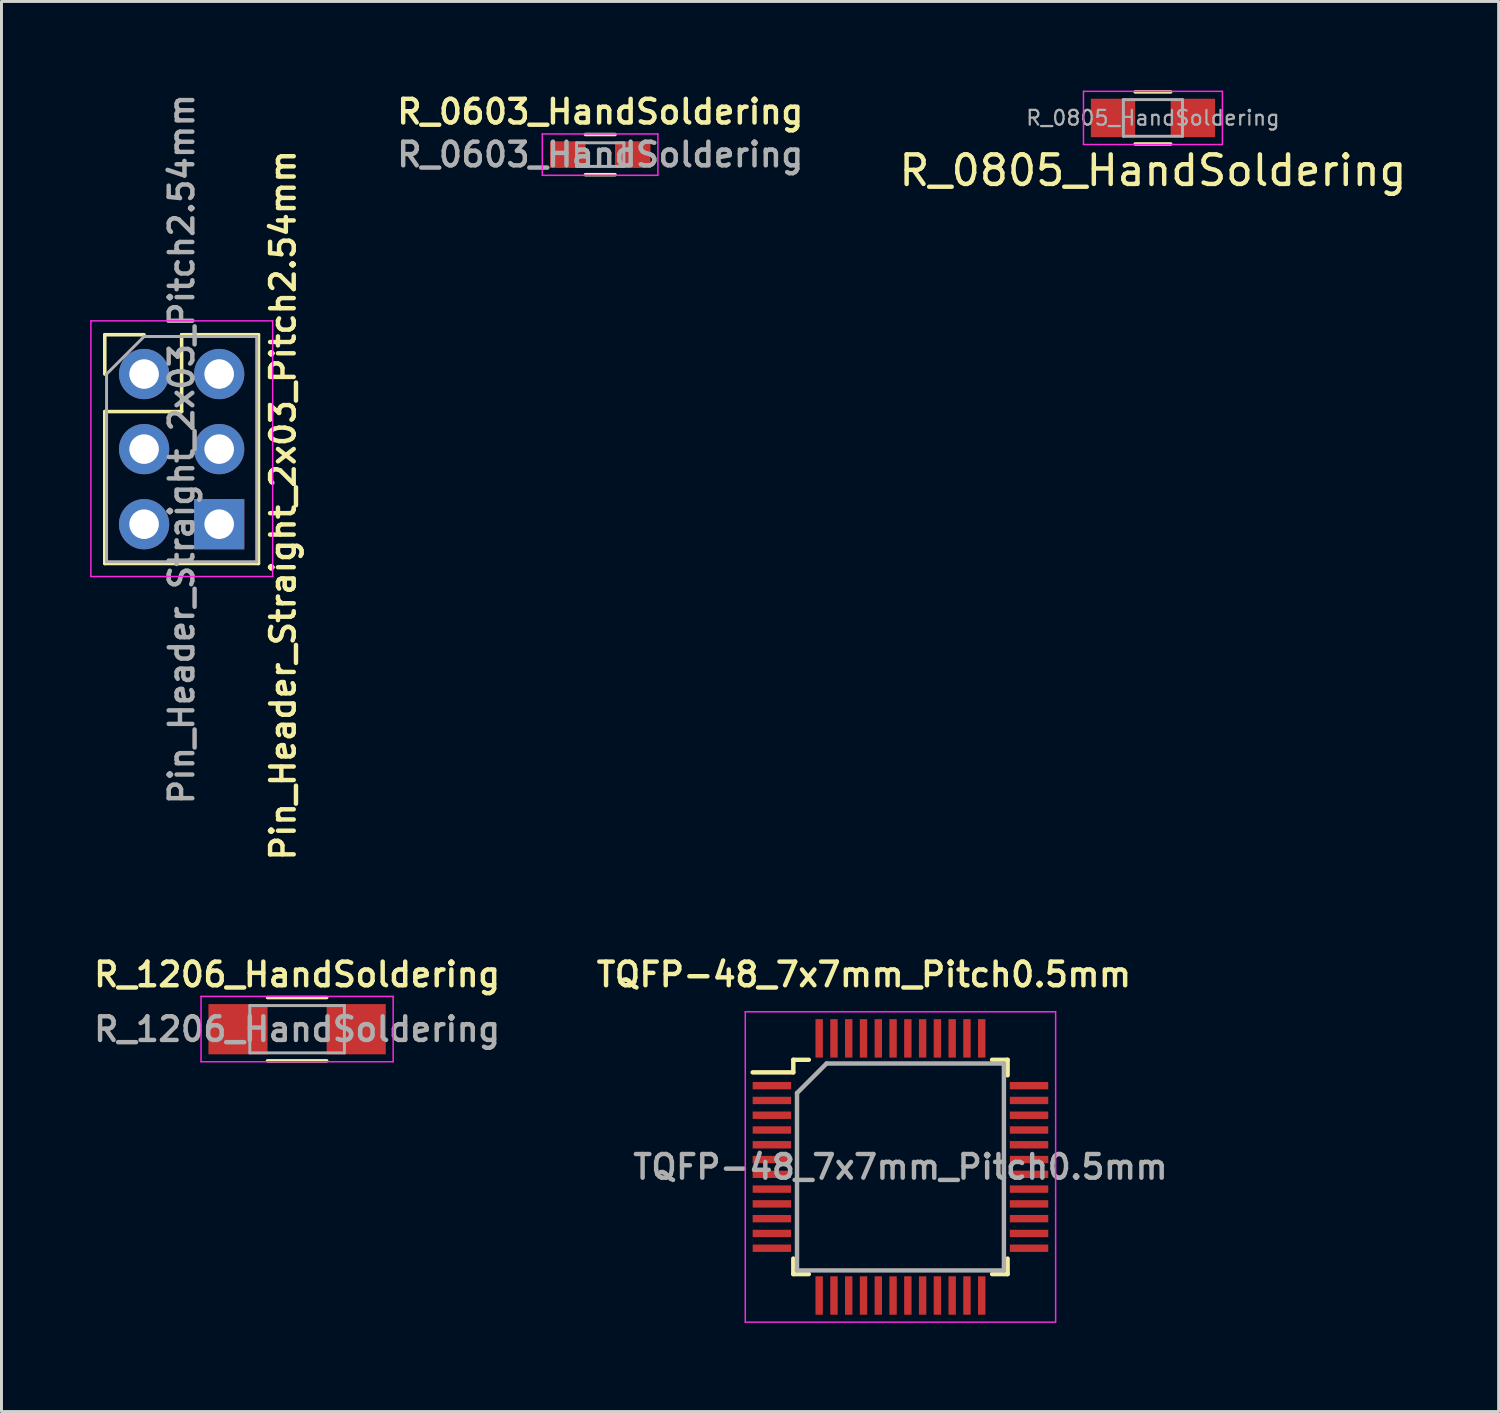
<source format=kicad_pcb>
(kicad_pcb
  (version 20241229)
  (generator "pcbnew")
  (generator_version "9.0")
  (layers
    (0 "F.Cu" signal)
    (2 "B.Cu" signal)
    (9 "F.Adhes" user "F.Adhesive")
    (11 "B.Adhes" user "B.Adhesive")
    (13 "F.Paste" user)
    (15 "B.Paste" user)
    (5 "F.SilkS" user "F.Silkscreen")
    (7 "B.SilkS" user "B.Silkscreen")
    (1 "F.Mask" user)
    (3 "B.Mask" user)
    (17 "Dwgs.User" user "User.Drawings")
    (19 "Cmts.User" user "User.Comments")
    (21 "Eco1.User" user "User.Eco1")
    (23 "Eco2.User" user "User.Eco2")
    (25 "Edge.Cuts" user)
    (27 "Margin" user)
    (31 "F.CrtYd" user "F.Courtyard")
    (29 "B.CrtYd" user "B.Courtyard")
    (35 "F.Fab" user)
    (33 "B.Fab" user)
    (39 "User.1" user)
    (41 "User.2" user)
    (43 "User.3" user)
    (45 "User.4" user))
  (footprint "R_1206_HandSoldering"
    (layer "F.Cu")
    (at 7.002 31.771)
    (property "Reference" "R_1206_HandSoldering" (at 0 -1.85 0) (layer "F.SilkS") (effects (font (size 0.8 0.8) (thickness 0.15))))
    (attr smd)
    (fp_line (start -1 -1.07) (end 1 -1.07) (stroke (width 0.12) (type solid)) (layer "F.SilkS"))
    (fp_line (start 1 1.07) (end -1 1.07) (stroke (width 0.12) (type solid)) (layer "F.SilkS"))
    (fp_line (start -3.25 -1.11) (end -3.25 1.1) (stroke (width 0.05) (type solid)) (layer "F.CrtYd"))
    (fp_line (start -3.25 -1.11) (end 3.25 -1.11) (stroke (width 0.05) (type solid)) (layer "F.CrtYd"))
    (fp_line (start 3.25 1.1) (end -3.25 1.1) (stroke (width 0.05) (type solid)) (layer "F.CrtYd"))
    (fp_line (start 3.25 1.1) (end 3.25 -1.11) (stroke (width 0.05) (type solid)) (layer "F.CrtYd"))
    (fp_line (start -1.6 -0.8) (end 1.6 -0.8) (stroke (width 0.1) (type solid)) (layer "F.Fab"))
    (fp_line (start -1.6 0.8) (end -1.6 -0.8) (stroke (width 0.1) (type solid)) (layer "F.Fab"))
    (fp_line (start 1.6 -0.8) (end 1.6 0.8) (stroke (width 0.1) (type solid)) (layer "F.Fab"))
    (fp_line (start 1.6 0.8) (end -1.6 0.8) (stroke (width 0.1) (type solid)) (layer "F.Fab"))
    (fp_text user "${REFERENCE}" (at 0 0 0) (layer "F.Fab") (effects (font (size 0.8 0.8) (thickness 0.15))))
    (pad "1" smd rect (at -2 0) (size 2 1.7) (layers "F.Cu" "F.Mask" "F.Paste"))
    (pad "2" smd rect (at 2 0) (size 2 1.7) (layers "F.Cu" "F.Mask" "F.Paste")))
  (footprint "R_0603_HandSoldering"
    (layer "F.Cu")
    (at 17.258 2.181)
    (property "Reference" "R_0603_HandSoldering" (at 0 -1.45 0) (layer "F.SilkS") (effects (font (size 0.8 0.8) (thickness 0.15))))
    (attr smd)
    (fp_line (start -0.5 -0.68) (end 0.5 -0.68) (stroke (width 0.12) (type solid)) (layer "F.SilkS"))
    (fp_line (start 0.5 0.68) (end -0.5 0.68) (stroke (width 0.12) (type solid)) (layer "F.SilkS"))
    (fp_line (start -1.96 -0.7) (end -1.96 0.7) (stroke (width 0.05) (type solid)) (layer "F.CrtYd"))
    (fp_line (start -1.96 -0.7) (end 1.95 -0.7) (stroke (width 0.05) (type solid)) (layer "F.CrtYd"))
    (fp_line (start 1.95 0.7) (end -1.96 0.7) (stroke (width 0.05) (type solid)) (layer "F.CrtYd"))
    (fp_line (start 1.95 0.7) (end 1.95 -0.7) (stroke (width 0.05) (type solid)) (layer "F.CrtYd"))
    (fp_line (start -0.8 -0.4) (end 0.8 -0.4) (stroke (width 0.1) (type solid)) (layer "F.Fab"))
    (fp_line (start -0.8 0.4) (end -0.8 -0.4) (stroke (width 0.1) (type solid)) (layer "F.Fab"))
    (fp_line (start 0.8 -0.4) (end 0.8 0.4) (stroke (width 0.1) (type solid)) (layer "F.Fab"))
    (fp_line (start 0.8 0.4) (end -0.8 0.4) (stroke (width 0.1) (type solid)) (layer "F.Fab"))
    (fp_text user "${REFERENCE}" (at 0 0 0) (layer "F.Fab") (effects (font (size 0.8 0.8) (thickness 0.15))))
    (pad "1" smd rect (at -1.1 0) (size 1.2 0.9) (layers "F.Cu" "F.Mask" "F.Paste"))
    (pad "2" smd rect (at 1.1 0) (size 1.2 0.9) (layers "F.Cu" "F.Mask" "F.Paste")))
  (footprint "R_0805_HandSoldering"
    (layer "F.Cu")
    (at 35.957 0.94)
    (property "Reference" "R_0805_HandSoldering" (at 0 1.778 0) (layer "F.SilkS") (effects (font (size 1 1) (thickness 0.15))))
    (attr smd)
    (fp_line (start -0.6 -0.88) (end 0.6 -0.88) (stroke (width 0.12) (type solid)) (layer "F.SilkS"))
    (fp_line (start 0.6 0.88) (end -0.6 0.88) (stroke (width 0.12) (type solid)) (layer "F.SilkS"))
    (fp_line (start -2.35 -0.9) (end -2.35 0.9) (stroke (width 0.05) (type solid)) (layer "F.CrtYd"))
    (fp_line (start -2.35 -0.9) (end 2.35 -0.9) (stroke (width 0.05) (type solid)) (layer "F.CrtYd"))
    (fp_line (start 2.35 0.9) (end -2.35 0.9) (stroke (width 0.05) (type solid)) (layer "F.CrtYd"))
    (fp_line (start 2.35 0.9) (end 2.35 -0.9) (stroke (width 0.05) (type solid)) (layer "F.CrtYd"))
    (fp_line (start -1 -0.62) (end 1 -0.62) (stroke (width 0.1) (type solid)) (layer "F.Fab"))
    (fp_line (start -1 0.62) (end -1 -0.62) (stroke (width 0.1) (type solid)) (layer "F.Fab"))
    (fp_line (start 1 -0.62) (end 1 0.62) (stroke (width 0.1) (type solid)) (layer "F.Fab"))
    (fp_line (start 1 0.62) (end -1 0.62) (stroke (width 0.1) (type solid)) (layer "F.Fab"))
    (fp_text user "${REFERENCE}" (at 0 0 0) (layer "F.Fab") (effects (font (size 0.5 0.5) (thickness 0.075))))
    (pad "1" smd rect (at -1.35 0) (size 1.5 1.3) (layers "F.Cu" "F.Mask" "F.Paste"))
    (pad "2" smd rect (at 1.35 0) (size 1.5 1.3) (layers "F.Cu" "F.Mask" "F.Paste")))
  (footprint "TQFP-48_7x7mm_Pitch0.5mm"
    (layer "F.Cu")
    (at 27.415 36.431)
    (property "Reference" "TQFP-48_7x7mm_Pitch0.5mm" (at -1.237 -6.51 0) (layer "F.SilkS") (effects (font (size 0.8 0.8) (thickness 0.15))))
    (attr smd)
    (fp_line (start -3.625 -3.625) (end -3.625 -3.2) (stroke (width 0.15) (type solid)) (layer "F.SilkS"))
    (fp_line (start -3.625 -3.625) (end -3.1 -3.625) (stroke (width 0.15) (type solid)) (layer "F.SilkS"))
    (fp_line (start -3.625 -3.2) (end -5 -3.2) (stroke (width 0.15) (type solid)) (layer "F.SilkS"))
    (fp_line (start -3.625 3.625) (end -3.625 3.1) (stroke (width 0.15) (type solid)) (layer "F.SilkS"))
    (fp_line (start -3.625 3.625) (end -3.1 3.625) (stroke (width 0.15) (type solid)) (layer "F.SilkS"))
    (fp_line (start 3.625 -3.625) (end 3.1 -3.625) (stroke (width 0.15) (type solid)) (layer "F.SilkS"))
    (fp_line (start 3.625 -3.625) (end 3.625 -3.1) (stroke (width 0.15) (type solid)) (layer "F.SilkS"))
    (fp_line (start 3.625 3.625) (end 3.1 3.625) (stroke (width 0.15) (type solid)) (layer "F.SilkS"))
    (fp_line (start 3.625 3.625) (end 3.625 3.1) (stroke (width 0.15) (type solid)) (layer "F.SilkS"))
    (fp_line (start -5.25 -5.25) (end -5.25 5.25) (stroke (width 0.05) (type solid)) (layer "F.CrtYd"))
    (fp_line (start -5.25 -5.25) (end 5.25 -5.25) (stroke (width 0.05) (type solid)) (layer "F.CrtYd"))
    (fp_line (start -5.25 5.25) (end 5.25 5.25) (stroke (width 0.05) (type solid)) (layer "F.CrtYd"))
    (fp_line (start 5.25 -5.25) (end 5.25 5.25) (stroke (width 0.05) (type solid)) (layer "F.CrtYd"))
    (fp_line (start -3.5 -2.5) (end -2.5 -3.5) (stroke (width 0.15) (type solid)) (layer "F.Fab"))
    (fp_line (start -3.5 3.5) (end -3.5 -2.5) (stroke (width 0.15) (type solid)) (layer "F.Fab"))
    (fp_line (start -2.5 -3.5) (end 3.5 -3.5) (stroke (width 0.15) (type solid)) (layer "F.Fab"))
    (fp_line (start 3.5 -3.5) (end 3.5 3.5) (stroke (width 0.15) (type solid)) (layer "F.Fab"))
    (fp_line (start 3.5 3.5) (end -3.5 3.5) (stroke (width 0.15) (type solid)) (layer "F.Fab"))
    (fp_text user "${REFERENCE}" (at 0 0 0) (layer "F.Fab") (effects (font (size 0.8 0.8) (thickness 0.15))))
    (pad "1" smd rect (at -4.35 -2.75) (size 1.3 0.25) (layers "F.Cu" "F.Mask" "F.Paste"))
    (pad "2" smd rect (at -4.35 -2.25) (size 1.3 0.25) (layers "F.Cu" "F.Mask" "F.Paste"))
    (pad "3" smd rect (at -4.35 -1.75) (size 1.3 0.25) (layers "F.Cu" "F.Mask" "F.Paste"))
    (pad "4" smd rect (at -4.35 -1.25) (size 1.3 0.25) (layers "F.Cu" "F.Mask" "F.Paste"))
    (pad "5" smd rect (at -4.35 -0.75) (size 1.3 0.25) (layers "F.Cu" "F.Mask" "F.Paste"))
    (pad "6" smd rect (at -4.35 -0.25) (size 1.3 0.25) (layers "F.Cu" "F.Mask" "F.Paste"))
    (pad "7" smd rect (at -4.35 0.25) (size 1.3 0.25) (layers "F.Cu" "F.Mask" "F.Paste"))
    (pad "8" smd rect (at -4.35 0.75) (size 1.3 0.25) (layers "F.Cu" "F.Mask" "F.Paste"))
    (pad "9" smd rect (at -4.35 1.25) (size 1.3 0.25) (layers "F.Cu" "F.Mask" "F.Paste"))
    (pad "10" smd rect (at -4.35 1.75) (size 1.3 0.25) (layers "F.Cu" "F.Mask" "F.Paste"))
    (pad "11" smd rect (at -4.35 2.25) (size 1.3 0.25) (layers "F.Cu" "F.Mask" "F.Paste"))
    (pad "12" smd rect (at -4.35 2.75) (size 1.3 0.25) (layers "F.Cu" "F.Mask" "F.Paste"))
    (pad "13" smd rect (at -2.75 4.35 90) (size 1.3 0.25) (layers "F.Cu" "F.Mask" "F.Paste"))
    (pad "14" smd rect (at -2.25 4.35 90) (size 1.3 0.25) (layers "F.Cu" "F.Mask" "F.Paste"))
    (pad "15" smd rect (at -1.75 4.35 90) (size 1.3 0.25) (layers "F.Cu" "F.Mask" "F.Paste"))
    (pad "16" smd rect (at -1.25 4.35 90) (size 1.3 0.25) (layers "F.Cu" "F.Mask" "F.Paste"))
    (pad "17" smd rect (at -0.75 4.35 90) (size 1.3 0.25) (layers "F.Cu" "F.Mask" "F.Paste"))
    (pad "18" smd rect (at -0.25 4.35 90) (size 1.3 0.25) (layers "F.Cu" "F.Mask" "F.Paste"))
    (pad "19" smd rect (at 0.25 4.35 90) (size 1.3 0.25) (layers "F.Cu" "F.Mask" "F.Paste"))
    (pad "20" smd rect (at 0.75 4.35 90) (size 1.3 0.25) (layers "F.Cu" "F.Mask" "F.Paste"))
    (pad "21" smd rect (at 1.25 4.35 90) (size 1.3 0.25) (layers "F.Cu" "F.Mask" "F.Paste"))
    (pad "22" smd rect (at 1.75 4.35 90) (size 1.3 0.25) (layers "F.Cu" "F.Mask" "F.Paste"))
    (pad "23" smd rect (at 2.25 4.35 90) (size 1.3 0.25) (layers "F.Cu" "F.Mask" "F.Paste"))
    (pad "24" smd rect (at 2.75 4.35 90) (size 1.3 0.25) (layers "F.Cu" "F.Mask" "F.Paste"))
    (pad "25" smd rect (at 4.35 2.75) (size 1.3 0.25) (layers "F.Cu" "F.Mask" "F.Paste"))
    (pad "26" smd rect (at 4.35 2.25) (size 1.3 0.25) (layers "F.Cu" "F.Mask" "F.Paste"))
    (pad "27" smd rect (at 4.35 1.75) (size 1.3 0.25) (layers "F.Cu" "F.Mask" "F.Paste"))
    (pad "28" smd rect (at 4.35 1.25) (size 1.3 0.25) (layers "F.Cu" "F.Mask" "F.Paste"))
    (pad "29" smd rect (at 4.35 0.75) (size 1.3 0.25) (layers "F.Cu" "F.Mask" "F.Paste"))
    (pad "30" smd rect (at 4.35 0.25) (size 1.3 0.25) (layers "F.Cu" "F.Mask" "F.Paste"))
    (pad "31" smd rect (at 4.35 -0.25) (size 1.3 0.25) (layers "F.Cu" "F.Mask" "F.Paste"))
    (pad "32" smd rect (at 4.35 -0.75) (size 1.3 0.25) (layers "F.Cu" "F.Mask" "F.Paste"))
    (pad "33" smd rect (at 4.35 -1.25) (size 1.3 0.25) (layers "F.Cu" "F.Mask" "F.Paste"))
    (pad "34" smd rect (at 4.35 -1.75) (size 1.3 0.25) (layers "F.Cu" "F.Mask" "F.Paste"))
    (pad "35" smd rect (at 4.35 -2.25) (size 1.3 0.25) (layers "F.Cu" "F.Mask" "F.Paste"))
    (pad "36" smd rect (at 4.35 -2.75) (size 1.3 0.25) (layers "F.Cu" "F.Mask" "F.Paste"))
    (pad "37" smd rect (at 2.75 -4.35 90) (size 1.3 0.25) (layers "F.Cu" "F.Mask" "F.Paste"))
    (pad "38" smd rect (at 2.25 -4.35 90) (size 1.3 0.25) (layers "F.Cu" "F.Mask" "F.Paste"))
    (pad "39" smd rect (at 1.75 -4.35 90) (size 1.3 0.25) (layers "F.Cu" "F.Mask" "F.Paste"))
    (pad "40" smd rect (at 1.25 -4.35 90) (size 1.3 0.25) (layers "F.Cu" "F.Mask" "F.Paste"))
    (pad "41" smd rect (at 0.75 -4.35 90) (size 1.3 0.25) (layers "F.Cu" "F.Mask" "F.Paste"))
    (pad "42" smd rect (at 0.25 -4.35 90) (size 1.3 0.25) (layers "F.Cu" "F.Mask" "F.Paste"))
    (pad "43" smd rect (at -0.25 -4.35 90) (size 1.3 0.25) (layers "F.Cu" "F.Mask" "F.Paste"))
    (pad "44" smd rect (at -0.75 -4.35 90) (size 1.3 0.25) (layers "F.Cu" "F.Mask" "F.Paste"))
    (pad "45" smd rect (at -1.25 -4.35 90) (size 1.3 0.25) (layers "F.Cu" "F.Mask" "F.Paste"))
    (pad "46" smd rect (at -1.75 -4.35 90) (size 1.3 0.25) (layers "F.Cu" "F.Mask" "F.Paste"))
    (pad "47" smd rect (at -2.25 -4.35 90) (size 1.3 0.25) (layers "F.Cu" "F.Mask" "F.Paste"))
    (pad "48" smd rect (at -2.75 -4.35 90) (size 1.3 0.25) (layers "F.Cu" "F.Mask" "F.Paste")))
  (footprint "Pin_Header_Straight_2x03_Pitch2.54mm"
    (layer "F.Cu")
    (at 1.825 9.605)
    (property "Reference" "Pin_Header_Straight_2x03_Pitch2.54mm" (at 4.7 4.44 90) (layer "F.SilkS") (effects (font (size 0.8 0.8) (thickness 0.15))))
    (attr through_hole)
    (fp_line (start -1.33 -1.33) (end 0 -1.33) (stroke (width 0.12) (type solid)) (layer "F.SilkS"))
    (fp_line (start -1.33 0) (end -1.33 -1.33) (stroke (width 0.12) (type solid)) (layer "F.SilkS"))
    (fp_line (start -1.33 1.27) (end -1.33 6.41) (stroke (width 0.12) (type solid)) (layer "F.SilkS"))
    (fp_line (start -1.33 1.27) (end 1.27 1.27) (stroke (width 0.12) (type solid)) (layer "F.SilkS"))
    (fp_line (start -1.33 6.41) (end 3.87 6.41) (stroke (width 0.12) (type solid)) (layer "F.SilkS"))
    (fp_line (start 1.27 -1.33) (end 3.87 -1.33) (stroke (width 0.12) (type solid)) (layer "F.SilkS"))
    (fp_line (start 1.27 1.27) (end 1.27 -1.33) (stroke (width 0.12) (type solid)) (layer "F.SilkS"))
    (fp_line (start 3.87 -1.33) (end 3.87 6.41) (stroke (width 0.12) (type solid)) (layer "F.SilkS"))
    (fp_line (start -1.8 -1.8) (end -1.8 6.85) (stroke (width 0.05) (type solid)) (layer "F.CrtYd"))
    (fp_line (start -1.8 6.85) (end 4.35 6.85) (stroke (width 0.05) (type solid)) (layer "F.CrtYd"))
    (fp_line (start 4.35 -1.8) (end -1.8 -1.8) (stroke (width 0.05) (type solid)) (layer "F.CrtYd"))
    (fp_line (start 4.35 6.85) (end 4.35 -1.8) (stroke (width 0.05) (type solid)) (layer "F.CrtYd"))
    (fp_line (start -1.27 0) (end 0 -1.27) (stroke (width 0.1) (type solid)) (layer "F.Fab"))
    (fp_line (start -1.27 6.35) (end -1.27 0) (stroke (width 0.1) (type solid)) (layer "F.Fab"))
    (fp_line (start 0 -1.27) (end 3.81 -1.27) (stroke (width 0.1) (type solid)) (layer "F.Fab"))
    (fp_line (start 3.81 -1.27) (end 3.81 6.35) (stroke (width 0.1) (type solid)) (layer "F.Fab"))
    (fp_line (start 3.81 6.35) (end -1.27 6.35) (stroke (width 0.1) (type solid)) (layer "F.Fab"))
    (fp_text user "${REFERENCE}" (at 1.27 2.54 90) (layer "F.Fab") (effects (font (size 0.8 0.8) (thickness 0.15))))
    (pad "1" thru_hole circle (at 0 0) (size 1.7 1.7) (drill 1) (layers "*.Cu" "*.Mask"))
    (pad "2" thru_hole oval (at 2.54 0) (size 1.7 1.7) (drill 1) (layers "*.Cu" "*.Mask"))
    (pad "3" thru_hole oval (at 0 2.54) (size 1.7 1.7) (drill 1) (layers "*.Cu" "*.Mask"))
    (pad "4" thru_hole oval (at 2.54 2.54) (size 1.7 1.7) (drill 1) (layers "*.Cu" "*.Mask"))
    (pad "5" thru_hole oval (at 0 5.08) (size 1.7 1.7) (drill 1) (layers "*.Cu" "*.Mask"))
    (pad "6" thru_hole rect (at 2.54 5.08) (size 1.7 1.7) (drill 1) (layers "*.Cu" "*.Mask")))
  (gr_rect
    (start -3 -3)
    (end 47.653 44.706)
    (stroke (width 0.1) (type default))
    (fill no)
    (layer "Edge.Cuts")))
</source>
